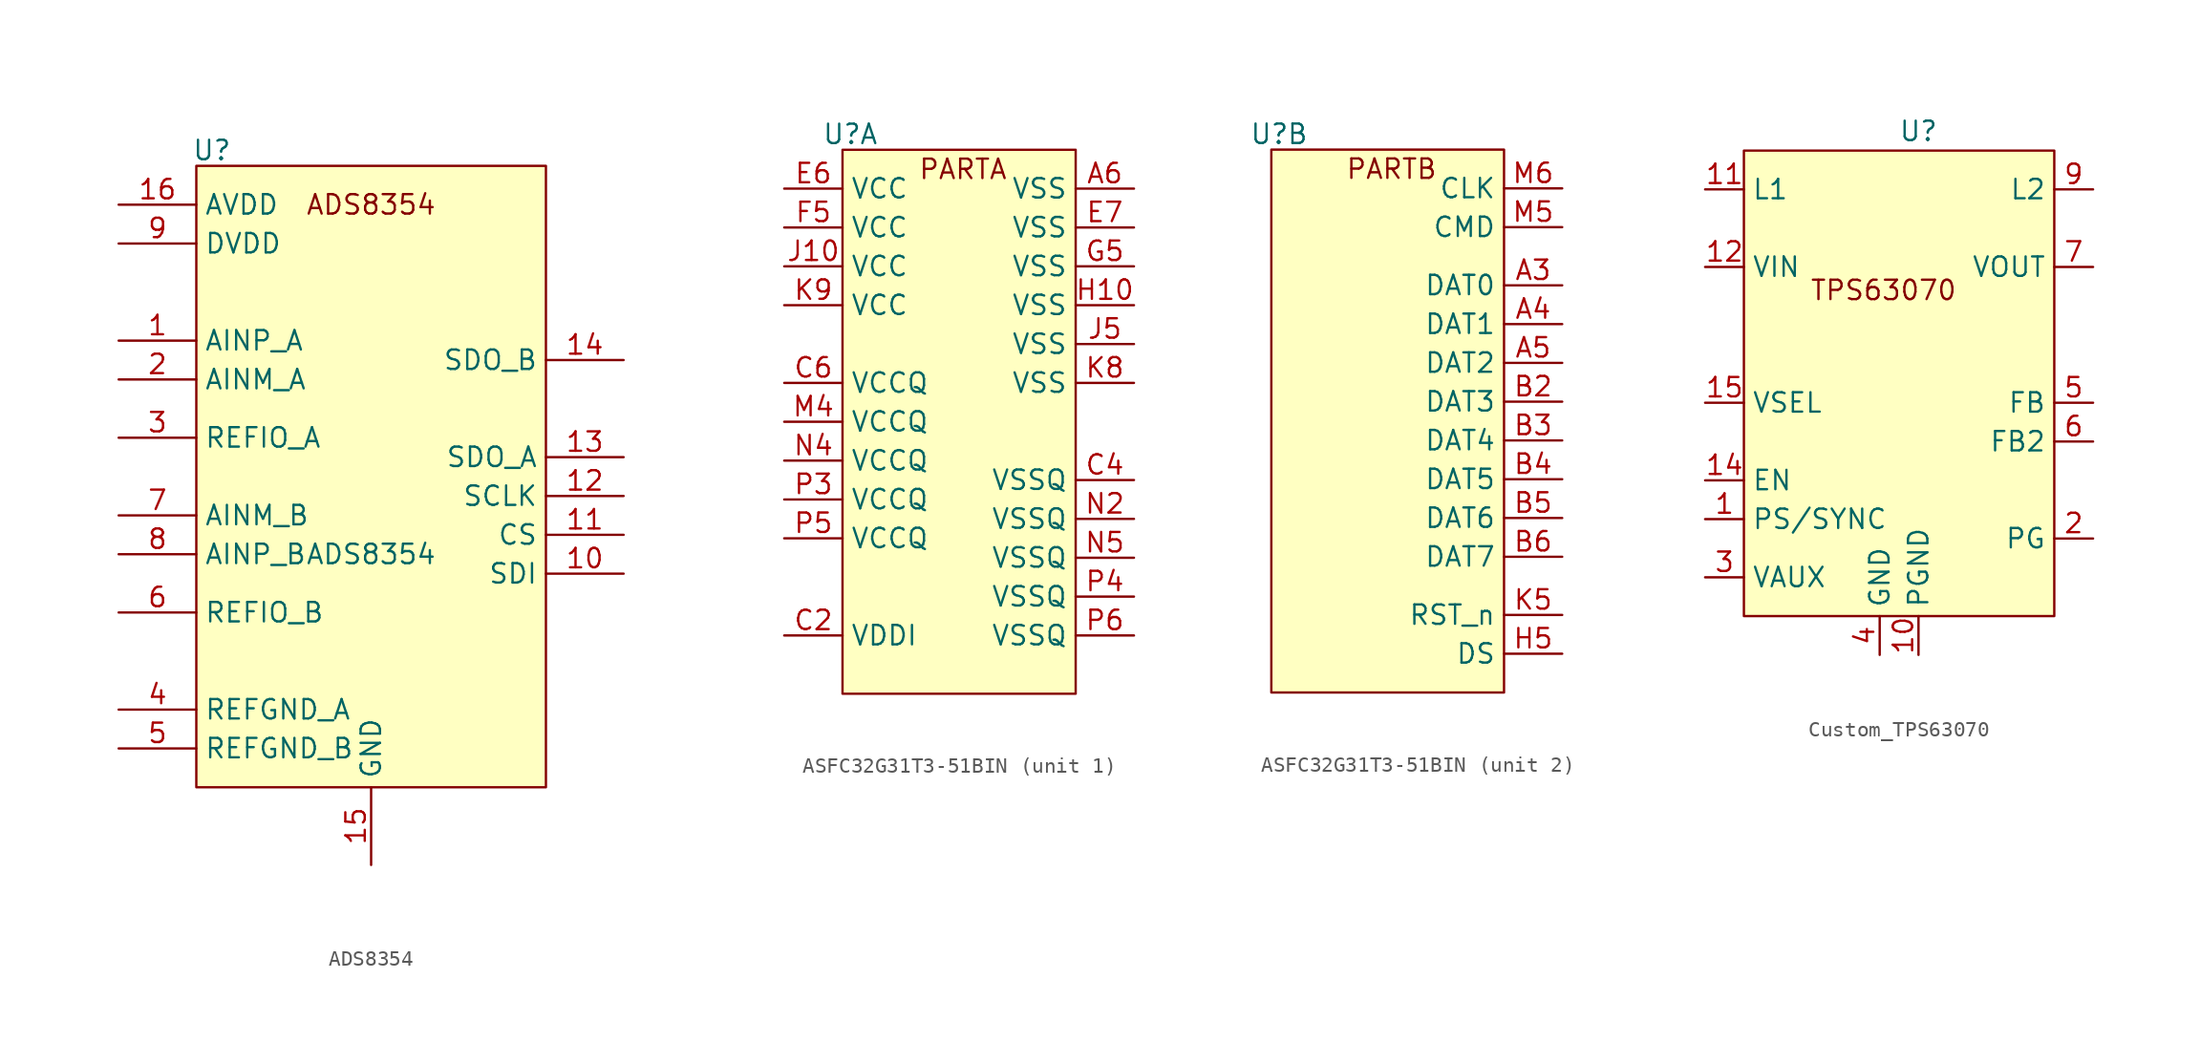
<source format=kicad_sym>
(kicad_symbol_lib
  (version 20241209)
  (generator "kicad_symbol_editor")
  (generator_version "9.0")
  (symbol "ADS8354"
    (property "Reference" "U"
      (at -10.414 26.416 0)
      (effects (font (size 1.27 1.27))))
    (property "Value" "ADS8354"
      (at 0 0 0)
      (effects (font (size 1.27 1.27))))
    (symbol "ADS8354_1_1"
      (rectangle (start -11.43 25.4) (end 11.43 -15.24) (stroke (width 0) (type solid)) (fill (type background)))
      (text "ADS8354\n" (at 0 22.86 0) (effects (font (size 1.27 1.27))))
      (pin power_in line (at -16.51 22.86 0) (length 5.08) (name "AVDD" (effects (font (size 1.27 1.27)))) (number "16" (effects (font (size 1.27 1.27)))))
      (pin power_in line (at -16.51 20.32 0) (length 5.08) (name "DVDD" (effects (font (size 1.27 1.27)))) (number "9" (effects (font (size 1.27 1.27)))))
      (pin input line (at -16.51 13.97 0) (length 5.08) (name "AINP_A" (effects (font (size 1.27 1.27)))) (number "1" (effects (font (size 1.27 1.27)))))
      (pin input line (at -16.51 11.43 0) (length 5.08) (name "AINM_A" (effects (font (size 1.27 1.27)))) (number "2" (effects (font (size 1.27 1.27)))))
      (pin input line (at -16.51 7.62 0) (length 5.08) (name "REFIO_A" (effects (font (size 1.27 1.27)))) (number "3" (effects (font (size 1.27 1.27)))))
      (pin input line (at -16.51 2.54 0) (length 5.08) (name "AINM_B" (effects (font (size 1.27 1.27)))) (number "7" (effects (font (size 1.27 1.27)))))
      (pin input line (at -16.51 0 0) (length 5.08) (name "AINP_B" (effects (font (size 1.27 1.27)))) (number "8" (effects (font (size 1.27 1.27)))))
      (pin input line (at -16.51 -3.81 0) (length 5.08) (name "REFIO_B" (effects (font (size 1.27 1.27)))) (number "6" (effects (font (size 1.27 1.27)))))
      (pin input line (at -16.51 -10.16 0) (length 5.08) (name "REFGND_A" (effects (font (size 1.27 1.27)))) (number "4" (effects (font (size 1.27 1.27)))))
      (pin input line (at -16.51 -12.7 0) (length 5.08) (name "REFGND_B" (effects (font (size 1.27 1.27)))) (number "5" (effects (font (size 1.27 1.27)))))
      (pin power_in line (at 0 -20.32 90) (length 5.08) (name "GND" (effects (font (size 1.27 1.27)))) (number "15" (effects (font (size 1.27 1.27)))))
      (pin output line (at 16.51 12.7 180) (length 5.08) (name "SDO_B" (effects (font (size 1.27 1.27)))) (number "14" (effects (font (size 1.27 1.27)))))
      (pin output line (at 16.51 6.35 180) (length 5.08) (name "SDO_A" (effects (font (size 1.27 1.27)))) (number "13" (effects (font (size 1.27 1.27)))))
      (pin bidirectional line (at 16.51 3.81 180) (length 5.08) (name "SCLK" (effects (font (size 1.27 1.27)))) (number "12" (effects (font (size 1.27 1.27)))))
      (pin input line (at 16.51 1.27 180) (length 5.08) (name "CS" (effects (font (size 1.27 1.27)))) (number "11" (effects (font (size 1.27 1.27)))))
      (pin input line (at 16.51 -1.27 180) (length 5.08) (name "SDI" (effects (font (size 1.27 1.27)))) (number "10" (effects (font (size 1.27 1.27)))))))
  (symbol "ASFC32G31T3-51BIN"
    (property "Reference" "U"
      (at -7.112 18.796 0)
      (effects (font (size 1.27 1.27))))
    (property "Value" ""
      (at 0 0 0)
      (effects (font (size 1.27 1.27))))
    (property "ki_locked" ""
      (at 0 0 0)
      (effects (font (size 1.27 1.27))))
    (symbol "ASFC32G31T3-51BIN_1_1"
      (rectangle (start -7.62 17.78) (end 7.62 -17.78) (stroke (width 0) (type solid)) (fill (type background)))
      (text "PARTA\n" (at 0.254 16.51 0) (effects (font (size 1.27 1.27))))
      (pin power_in line (at -11.43 15.24 0) (length 3.81) (name "VCC" (effects (font (size 1.27 1.27)))) (number "E6" (effects (font (size 1.27 1.27)))))
      (pin power_in line (at -11.43 12.7 0) (length 3.81) (name "VCC" (effects (font (size 1.27 1.27)))) (number "F5" (effects (font (size 1.27 1.27)))))
      (pin power_in line (at -11.43 10.16 0) (length 3.81) (name "VCC" (effects (font (size 1.27 1.27)))) (number "J10" (effects (font (size 1.27 1.27)))))
      (pin power_in line (at -11.43 7.62 0) (length 3.81) (name "VCC" (effects (font (size 1.27 1.27)))) (number "K9" (effects (font (size 1.27 1.27)))))
      (pin power_in line (at -11.43 2.54 0) (length 3.81) (name "VCCQ" (effects (font (size 1.27 1.27)))) (number "C6" (effects (font (size 1.27 1.27)))))
      (pin power_in line (at -11.43 0 0) (length 3.81) (name "VCCQ" (effects (font (size 1.27 1.27)))) (number "M4" (effects (font (size 1.27 1.27)))))
      (pin power_in line (at -11.43 -2.54 0) (length 3.81) (name "VCCQ" (effects (font (size 1.27 1.27)))) (number "N4" (effects (font (size 1.27 1.27)))))
      (pin power_in line (at -11.43 -5.08 0) (length 3.81) (name "VCCQ" (effects (font (size 1.27 1.27)))) (number "P3" (effects (font (size 1.27 1.27)))))
      (pin power_in line (at -11.43 -7.62 0) (length 3.81) (name "VCCQ" (effects (font (size 1.27 1.27)))) (number "P5" (effects (font (size 1.27 1.27)))))
      (pin power_in line (at -11.43 -13.97 0) (length 3.81) (name "VDDI" (effects (font (size 1.27 1.27)))) (number "C2" (effects (font (size 1.27 1.27)))))
      (pin power_out line (at 11.43 15.24 180) (length 3.81) (name "VSS" (effects (font (size 1.27 1.27)))) (number "A6" (effects (font (size 1.27 1.27)))))
      (pin power_out line (at 11.43 12.7 180) (length 3.81) (name "VSS" (effects (font (size 1.27 1.27)))) (number "E7" (effects (font (size 1.27 1.27)))))
      (pin power_out line (at 11.43 10.16 180) (length 3.81) (name "VSS" (effects (font (size 1.27 1.27)))) (number "G5" (effects (font (size 1.27 1.27)))))
      (pin power_out line (at 11.43 7.62 180) (length 3.81) (name "VSS" (effects (font (size 1.27 1.27)))) (number "H10" (effects (font (size 1.27 1.27)))))
      (pin power_out line (at 11.43 5.08 180) (length 3.81) (name "VSS" (effects (font (size 1.27 1.27)))) (number "J5" (effects (font (size 1.27 1.27)))))
      (pin power_out line (at 11.43 2.54 180) (length 3.81) (name "VSS" (effects (font (size 1.27 1.27)))) (number "K8" (effects (font (size 1.27 1.27)))))
      (pin power_out line (at 11.43 -3.81 180) (length 3.81) (name "VSSQ" (effects (font (size 1.27 1.27)))) (number "C4" (effects (font (size 1.27 1.27)))))
      (pin power_out line (at 11.43 -6.35 180) (length 3.81) (name "VSSQ" (effects (font (size 1.27 1.27)))) (number "N2" (effects (font (size 1.27 1.27)))))
      (pin power_out line (at 11.43 -8.89 180) (length 3.81) (name "VSSQ" (effects (font (size 1.27 1.27)))) (number "N5" (effects (font (size 1.27 1.27)))))
      (pin power_out line (at 11.43 -11.43 180) (length 3.81) (name "VSSQ" (effects (font (size 1.27 1.27)))) (number "P4" (effects (font (size 1.27 1.27)))))
      (pin power_out line (at 11.43 -13.97 180) (length 3.81) (name "VSSQ" (effects (font (size 1.27 1.27)))) (number "P6" (effects (font (size 1.27 1.27))))))
    (symbol "ASFC32G31T3-51BIN_2_1"
      (rectangle (start -7.62 17.78) (end 7.62 -17.78) (stroke (width 0) (type solid)) (fill (type background)))
      (text "PARTB\n" (at 0.254 16.51 0) (effects (font (size 1.27 1.27))))
      (pin input line (at 11.43 15.24 180) (length 3.81) (name "CLK" (effects (font (size 1.27 1.27)))) (number "M6" (effects (font (size 1.27 1.27)))))
      (pin bidirectional line (at 11.43 12.7 180) (length 3.81) (name "CMD" (effects (font (size 1.27 1.27)))) (number "M5" (effects (font (size 1.27 1.27)))))
      (pin bidirectional line (at 11.43 8.89 180) (length 3.81) (name "DAT0" (effects (font (size 1.27 1.27)))) (number "A3" (effects (font (size 1.27 1.27)))))
      (pin bidirectional line (at 11.43 6.35 180) (length 3.81) (name "DAT1" (effects (font (size 1.27 1.27)))) (number "A4" (effects (font (size 1.27 1.27)))))
      (pin bidirectional line (at 11.43 3.81 180) (length 3.81) (name "DAT2" (effects (font (size 1.27 1.27)))) (number "A5" (effects (font (size 1.27 1.27)))))
      (pin bidirectional line (at 11.43 1.27 180) (length 3.81) (name "DAT3" (effects (font (size 1.27 1.27)))) (number "B2" (effects (font (size 1.27 1.27)))))
      (pin bidirectional line (at 11.43 -1.27 180) (length 3.81) (name "DAT4" (effects (font (size 1.27 1.27)))) (number "B3" (effects (font (size 1.27 1.27)))))
      (pin power_out line (at 11.43 -3.81 180) (length 3.81) (name "DAT5" (effects (font (size 1.27 1.27)))) (number "B4" (effects (font (size 1.27 1.27)))))
      (pin power_out line (at 11.43 -6.35 180) (length 3.81) (name "DAT6" (effects (font (size 1.27 1.27)))) (number "B5" (effects (font (size 1.27 1.27)))))
      (pin power_out line (at 11.43 -8.89 180) (length 3.81) (name "DAT7" (effects (font (size 1.27 1.27)))) (number "B6" (effects (font (size 1.27 1.27)))))
      (pin power_out line (at 11.43 -12.7 180) (length 3.81) (name "RST_n" (effects (font (size 1.27 1.27)))) (number "K5" (effects (font (size 1.27 1.27)))))
      (pin power_out line (at 11.43 -15.24 180) (length 3.81) (name "DS" (effects (font (size 1.27 1.27)))) (number "H5" (effects (font (size 1.27 1.27)))))))
  (symbol "Custom_TPS63070"
    (property "Reference" "U"
      (at 0 0 0)
      (effects (font (size 1.27 1.27))))
    (property "Value" ""
      (at 0 0 0)
      (effects (font (size 1.27 1.27))))
    (symbol "Custom_TPS63070_1_1"
      (rectangle (start -11.43 -1.27) (end 8.89 -31.75) (stroke (width 0) (type default)) (fill (type background)))
      (text "TPS63070\n" (at -2.286 -10.414 0) (effects (font (size 1.27 1.27))))
      (pin passive line (at -13.97 -3.81 0) (length 2.54) (name "L1" (effects (font (size 1.27 1.27)))) (number "11" (effects (font (size 1.27 1.27)))))
      (pin input line (at -13.97 -8.89 0) (length 2.54) (name "VIN" (effects (font (size 1.27 1.27)))) (number "12" (effects (font (size 1.27 1.27)))))
      (pin input line (at -13.97 -8.89 0) (length 2.54) (hide yes) (name "VIN" (effects (font (size 1.27 1.27)))) (number "13" (effects (font (size 1.27 1.27)))))
      (pin input line (at -13.97 -17.78 0) (length 2.54) (name "VSEL" (effects (font (size 1.27 1.27)))) (number "15" (effects (font (size 1.27 1.27)))))
      (pin input line (at -13.97 -22.86 0) (length 2.54) (name "EN" (effects (font (size 1.27 1.27)))) (number "14" (effects (font (size 1.27 1.27)))))
      (pin input line (at -13.97 -25.4 0) (length 2.54) (name "PS/SYNC" (effects (font (size 1.27 1.27)))) (number "1" (effects (font (size 1.27 1.27)))))
      (pin input line (at -13.97 -29.21 0) (length 2.54) (name "VAUX" (effects (font (size 1.27 1.27)))) (number "3" (effects (font (size 1.27 1.27)))))
      (pin input line (at -2.54 -34.29 90) (length 2.54) (name "GND" (effects (font (size 1.27 1.27)))) (number "4" (effects (font (size 1.27 1.27)))))
      (pin input line (at 0 -34.29 90) (length 2.54) (name "PGND" (effects (font (size 1.27 1.27)))) (number "10" (effects (font (size 1.27 1.27)))))
      (pin input line (at 11.43 -3.81 180) (length 2.54) (name "L2" (effects (font (size 1.27 1.27)))) (number "9" (effects (font (size 1.27 1.27)))))
      (pin input line (at 11.43 -8.89 180) (length 2.54) (name "VOUT" (effects (font (size 1.27 1.27)))) (number "7" (effects (font (size 1.27 1.27)))))
      (pin input line (at 11.43 -8.89 180) (length 2.54) (hide yes) (name "VOUT" (effects (font (size 1.27 1.27)))) (number "8" (effects (font (size 1.27 1.27)))))
      (pin input line (at 11.43 -17.78 180) (length 2.54) (name "FB" (effects (font (size 1.27 1.27)))) (number "5" (effects (font (size 1.27 1.27)))))
      (pin input line (at 11.43 -20.32 180) (length 2.54) (name "FB2" (effects (font (size 1.27 1.27)))) (number "6" (effects (font (size 1.27 1.27)))))
      (pin input line (at 11.43 -26.67 180) (length 2.54) (name "PG" (effects (font (size 1.27 1.27)))) (number "2" (effects (font (size 1.27 1.27))))))))
</source>
